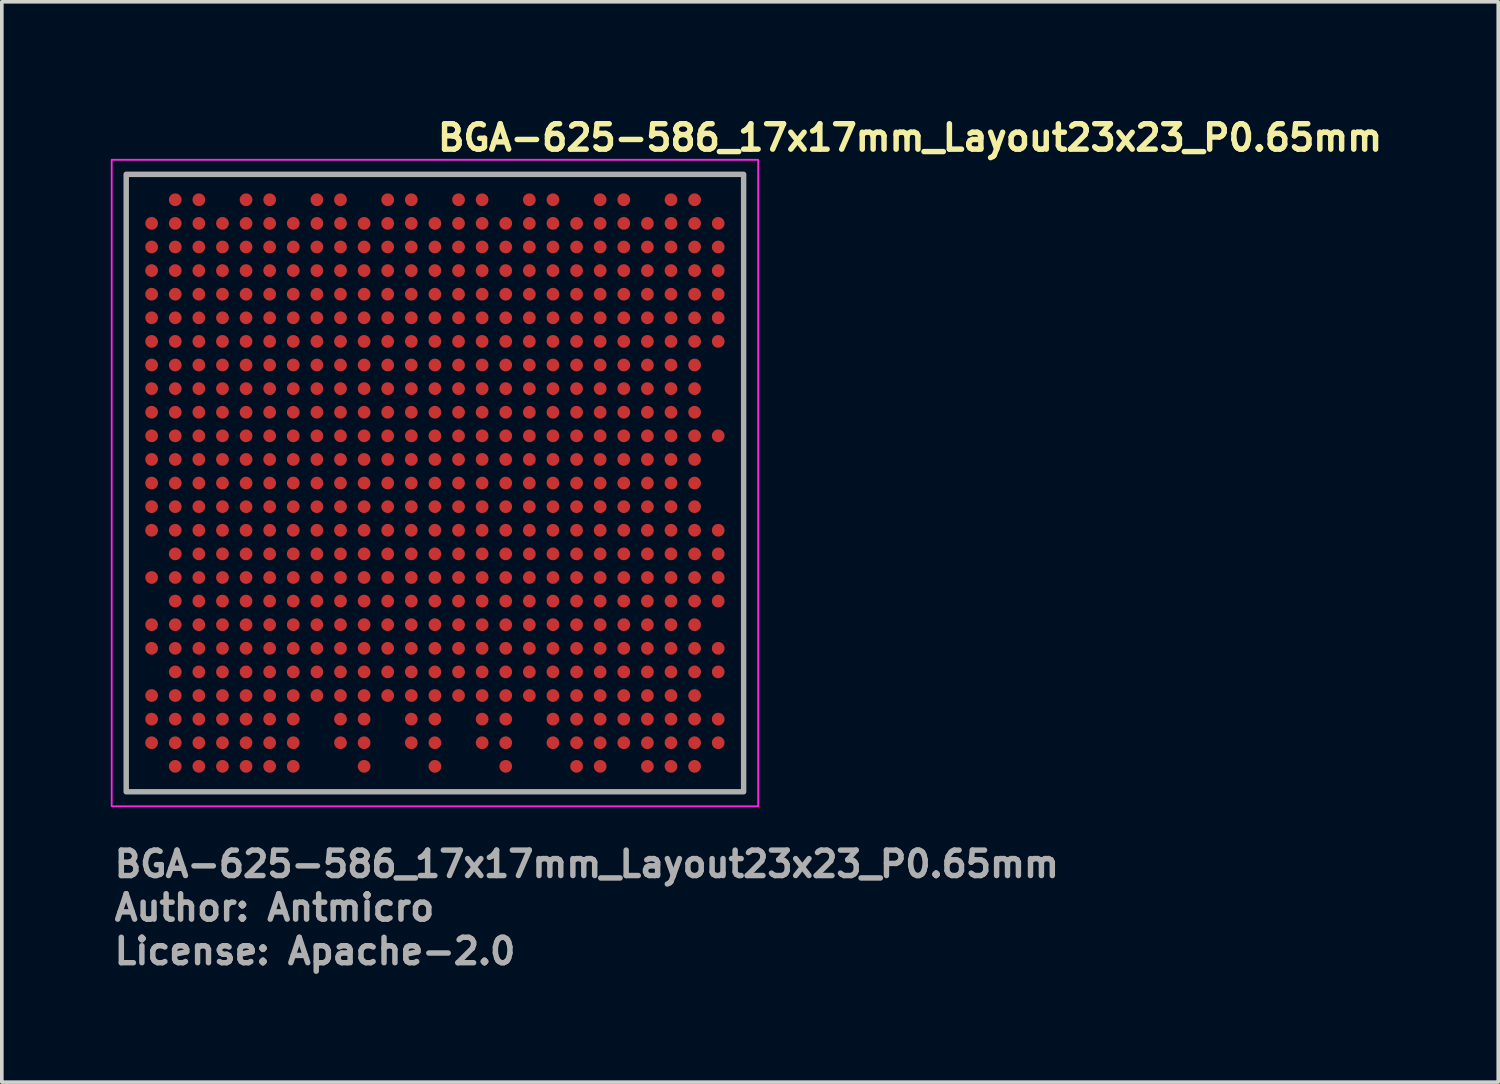
<source format=kicad_pcb>
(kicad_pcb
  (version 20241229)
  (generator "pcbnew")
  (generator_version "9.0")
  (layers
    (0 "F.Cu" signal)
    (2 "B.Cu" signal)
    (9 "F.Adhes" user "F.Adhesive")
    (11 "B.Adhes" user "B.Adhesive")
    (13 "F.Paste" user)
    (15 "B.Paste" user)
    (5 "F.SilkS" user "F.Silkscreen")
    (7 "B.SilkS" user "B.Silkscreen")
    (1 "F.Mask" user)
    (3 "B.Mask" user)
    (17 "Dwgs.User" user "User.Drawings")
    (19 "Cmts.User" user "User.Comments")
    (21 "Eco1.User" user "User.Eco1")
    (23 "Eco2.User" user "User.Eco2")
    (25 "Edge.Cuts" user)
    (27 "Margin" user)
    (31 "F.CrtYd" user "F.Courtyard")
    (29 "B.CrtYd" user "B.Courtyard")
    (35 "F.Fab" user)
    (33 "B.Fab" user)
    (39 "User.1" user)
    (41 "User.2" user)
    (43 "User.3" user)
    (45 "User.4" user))
  (footprint "BGA-625-586_17x17mm_Layout23x23_P0.65mm"
    (layer "F.Cu")
    (at 8.925 10.25)
    (property "Reference" "BGA-625-586_17x17mm_Layout23x23_P0.65mm" (at 0 -9.1 0) (unlocked yes) (layer "F.SilkS") (effects (font (size 0.7 0.7) (thickness 0.15)) (justify left bottom)))
    (attr smd)
    (fp_rect (start -8.9 -8.9) (end 8.9 8.9) (stroke (width 0.05) (type solid)) (fill no) (layer "F.CrtYd"))
    (fp_rect (start -8.5 -8.5) (end 8.5 8.5) (stroke (width 0.15) (type solid)) (fill no) (layer "F.Fab"))
    (fp_rect (start -8.5 -8.5) (end 8.5 8.5) (stroke (width 0.1) (type solid)) (fill no) (layer "User.5"))
    (fp_line (start -8.5 -8.5) (end -8.5 -5.952) (stroke (width 0.02) (type solid)) (layer "User.9"))
    (fp_line (start -8.5 -5.29) (end -8.5 -5.952) (stroke (width 0.02) (type solid)) (layer "User.9"))
    (fp_line (start -8.5 -5.29) (end -8.5 5.29) (stroke (width 0.02) (type solid)) (layer "User.9"))
    (fp_line (start -8.5 5.29) (end -8.5 5.952) (stroke (width 0.02) (type solid)) (layer "User.9"))
    (fp_line (start -8.5 5.29) (end 8.5 5.29) (stroke (width 0.02) (type solid)) (layer "User.9"))
    (fp_line (start -8.5 5.952) (end -8.5 8.5) (stroke (width 0.02) (type solid)) (layer "User.9"))
    (fp_line (start -8.5 5.952) (end 8.5 5.952) (stroke (width 0.02) (type solid)) (layer "User.9"))
    (fp_line (start -8.5 8.5) (end 8.5 8.5) (stroke (width 0.02) (type solid)) (layer "User.9"))
    (fp_line (start 8.5 -8.5) (end -8.5 -8.5) (stroke (width 0.02) (type solid)) (layer "User.9"))
    (fp_line (start 8.5 -5.952) (end -8.5 -5.952) (stroke (width 0.02) (type solid)) (layer "User.9"))
    (fp_line (start 8.5 -5.952) (end 8.5 -8.5) (stroke (width 0.02) (type solid)) (layer "User.9"))
    (fp_line (start 8.5 -5.29) (end -8.5 -5.29) (stroke (width 0.02) (type solid)) (layer "User.9"))
    (fp_line (start 8.5 -5.29) (end 8.5 -5.952) (stroke (width 0.02) (type solid)) (layer "User.9"))
    (fp_line (start 8.5 5.29) (end 8.5 -5.29) (stroke (width 0.02) (type solid)) (layer "User.9"))
    (fp_line (start 8.5 5.29) (end 8.5 5.952) (stroke (width 0.02) (type solid)) (layer "User.9"))
    (fp_line (start 8.5 8.5) (end 8.5 5.952) (stroke (width 0.02) (type solid)) (layer "User.9"))
    (fp_circle (center -7.49 -7.5) (end -6.99 -7.5) (stroke (width 0.02) (type solid)) (fill no) (layer "User.9"))
    (fp_text user "Author: Antmicro" (at -8.9 12.1 0) (layer "F.Fab") (effects (font (size 0.7 0.7) (thickness 0.15)) (justify left bottom)))
    (fp_text user "License: Apache-2.0" (at -8.9 13.3 0) (layer "F.Fab") (effects (font (size 0.7 0.7) (thickness 0.15)) (justify left bottom)))
    (fp_text user "${REFERENCE}" (at -8.9 10.9 0) (unlocked yes) (layer "F.Fab") (effects (font (size 0.7 0.7) (thickness 0.15)) (justify left bottom)))
    (pad "A2" smd circle (at -7.15 -7.8) (size 0.35 0.35) (layers "F.Cu" "F.Mask" "F.Paste"))
    (pad "A3" smd circle (at -6.5 -7.8) (size 0.35 0.35) (layers "F.Cu" "F.Mask" "F.Paste"))
    (pad "A5" smd circle (at -5.2 -7.8) (size 0.35 0.35) (layers "F.Cu" "F.Mask" "F.Paste"))
    (pad "A6" smd circle (at -4.55 -7.8) (size 0.35 0.35) (layers "F.Cu" "F.Mask" "F.Paste"))
    (pad "A8" smd circle (at -3.25 -7.8) (size 0.35 0.35) (layers "F.Cu" "F.Mask" "F.Paste"))
    (pad "A9" smd circle (at -2.6 -7.8) (size 0.35 0.35) (layers "F.Cu" "F.Mask" "F.Paste"))
    (pad "A11" smd circle (at -1.3 -7.8) (size 0.35 0.35) (layers "F.Cu" "F.Mask" "F.Paste"))
    (pad "A12" smd circle (at -0.65 -7.8) (size 0.35 0.35) (layers "F.Cu" "F.Mask" "F.Paste"))
    (pad "A14" smd circle (at 0.65 -7.8) (size 0.35 0.35) (layers "F.Cu" "F.Mask" "F.Paste"))
    (pad "A15" smd circle (at 1.3 -7.8) (size 0.35 0.35) (layers "F.Cu" "F.Mask" "F.Paste"))
    (pad "A17" smd circle (at 2.6 -7.8) (size 0.35 0.35) (layers "F.Cu" "F.Mask" "F.Paste"))
    (pad "A18" smd circle (at 3.25 -7.8) (size 0.35 0.35) (layers "F.Cu" "F.Mask" "F.Paste"))
    (pad "A20" smd circle (at 4.55 -7.8) (size 0.35 0.35) (layers "F.Cu" "F.Mask" "F.Paste"))
    (pad "A21" smd circle (at 5.2 -7.8) (size 0.35 0.35) (layers "F.Cu" "F.Mask" "F.Paste"))
    (pad "A23" smd circle (at 6.5 -7.8) (size 0.35 0.35) (layers "F.Cu" "F.Mask" "F.Paste"))
    (pad "A24" smd circle (at 7.15 -7.8) (size 0.35 0.35) (layers "F.Cu" "F.Mask" "F.Paste"))
    (pad "B1" smd circle (at -7.8 -7.15) (size 0.35 0.35) (layers "F.Cu" "F.Mask" "F.Paste"))
    (pad "B2" smd circle (at -7.15 -7.15) (size 0.35 0.35) (layers "F.Cu" "F.Mask" "F.Paste"))
    (pad "B3" smd circle (at -6.5 -7.15) (size 0.35 0.35) (layers "F.Cu" "F.Mask" "F.Paste"))
    (pad "B4" smd circle (at -5.85 -7.15) (size 0.35 0.35) (layers "F.Cu" "F.Mask" "F.Paste"))
    (pad "B5" smd circle (at -5.2 -7.15) (size 0.35 0.35) (layers "F.Cu" "F.Mask" "F.Paste"))
    (pad "B6" smd circle (at -4.55 -7.15) (size 0.35 0.35) (layers "F.Cu" "F.Mask" "F.Paste"))
    (pad "B7" smd circle (at -3.9 -7.15) (size 0.35 0.35) (layers "F.Cu" "F.Mask" "F.Paste"))
    (pad "B8" smd circle (at -3.25 -7.15) (size 0.35 0.35) (layers "F.Cu" "F.Mask" "F.Paste"))
    (pad "B9" smd circle (at -2.6 -7.15) (size 0.35 0.35) (layers "F.Cu" "F.Mask" "F.Paste"))
    (pad "B10" smd circle (at -1.95 -7.15) (size 0.35 0.35) (layers "F.Cu" "F.Mask" "F.Paste"))
    (pad "B11" smd circle (at -1.3 -7.15) (size 0.35 0.35) (layers "F.Cu" "F.Mask" "F.Paste"))
    (pad "B12" smd circle (at -0.65 -7.15) (size 0.35 0.35) (layers "F.Cu" "F.Mask" "F.Paste"))
    (pad "B13" smd circle (at 0 -7.15) (size 0.35 0.35) (layers "F.Cu" "F.Mask" "F.Paste"))
    (pad "B14" smd circle (at 0.65 -7.15) (size 0.35 0.35) (layers "F.Cu" "F.Mask" "F.Paste"))
    (pad "B15" smd circle (at 1.3 -7.15) (size 0.35 0.35) (layers "F.Cu" "F.Mask" "F.Paste"))
    (pad "B16" smd circle (at 1.95 -7.15) (size 0.35 0.35) (layers "F.Cu" "F.Mask" "F.Paste"))
    (pad "B17" smd circle (at 2.6 -7.15) (size 0.35 0.35) (layers "F.Cu" "F.Mask" "F.Paste"))
    (pad "B18" smd circle (at 3.25 -7.15) (size 0.35 0.35) (layers "F.Cu" "F.Mask" "F.Paste"))
    (pad "B19" smd circle (at 3.9 -7.15) (size 0.35 0.35) (layers "F.Cu" "F.Mask" "F.Paste"))
    (pad "B20" smd circle (at 4.55 -7.15) (size 0.35 0.35) (layers "F.Cu" "F.Mask" "F.Paste"))
    (pad "B21" smd circle (at 5.2 -7.15) (size 0.35 0.35) (layers "F.Cu" "F.Mask" "F.Paste"))
    (pad "B22" smd circle (at 5.85 -7.15) (size 0.35 0.35) (layers "F.Cu" "F.Mask" "F.Paste"))
    (pad "B23" smd circle (at 6.5 -7.15) (size 0.35 0.35) (layers "F.Cu" "F.Mask" "F.Paste"))
    (pad "B24" smd circle (at 7.15 -7.15) (size 0.35 0.35) (layers "F.Cu" "F.Mask" "F.Paste"))
    (pad "B25" smd circle (at 7.8 -7.15) (size 0.35 0.35) (layers "F.Cu" "F.Mask" "F.Paste"))
    (pad "C1" smd circle (at -7.8 -6.5) (size 0.35 0.35) (layers "F.Cu" "F.Mask" "F.Paste"))
    (pad "C2" smd circle (at -7.15 -6.5) (size 0.35 0.35) (layers "F.Cu" "F.Mask" "F.Paste"))
    (pad "C3" smd circle (at -6.5 -6.5) (size 0.35 0.35) (layers "F.Cu" "F.Mask" "F.Paste"))
    (pad "C4" smd circle (at -5.85 -6.5) (size 0.35 0.35) (layers "F.Cu" "F.Mask" "F.Paste"))
    (pad "C5" smd circle (at -5.2 -6.5) (size 0.35 0.35) (layers "F.Cu" "F.Mask" "F.Paste"))
    (pad "C6" smd circle (at -4.55 -6.5) (size 0.35 0.35) (layers "F.Cu" "F.Mask" "F.Paste"))
    (pad "C7" smd circle (at -3.9 -6.5) (size 0.35 0.35) (layers "F.Cu" "F.Mask" "F.Paste"))
    (pad "C8" smd circle (at -3.25 -6.5) (size 0.35 0.35) (layers "F.Cu" "F.Mask" "F.Paste"))
    (pad "C9" smd circle (at -2.6 -6.5) (size 0.35 0.35) (layers "F.Cu" "F.Mask" "F.Paste"))
    (pad "C10" smd circle (at -1.95 -6.5) (size 0.35 0.35) (layers "F.Cu" "F.Mask" "F.Paste"))
    (pad "C11" smd circle (at -1.3 -6.5) (size 0.35 0.35) (layers "F.Cu" "F.Mask" "F.Paste"))
    (pad "C12" smd circle (at -0.65 -6.5) (size 0.35 0.35) (layers "F.Cu" "F.Mask" "F.Paste"))
    (pad "C13" smd circle (at 0 -6.5) (size 0.35 0.35) (layers "F.Cu" "F.Mask" "F.Paste"))
    (pad "C14" smd circle (at 0.65 -6.5) (size 0.35 0.35) (layers "F.Cu" "F.Mask" "F.Paste"))
    (pad "C15" smd circle (at 1.3 -6.5) (size 0.35 0.35) (layers "F.Cu" "F.Mask" "F.Paste"))
    (pad "C16" smd circle (at 1.95 -6.5) (size 0.35 0.35) (layers "F.Cu" "F.Mask" "F.Paste"))
    (pad "C17" smd circle (at 2.6 -6.5) (size 0.35 0.35) (layers "F.Cu" "F.Mask" "F.Paste"))
    (pad "C18" smd circle (at 3.25 -6.5) (size 0.35 0.35) (layers "F.Cu" "F.Mask" "F.Paste"))
    (pad "C19" smd circle (at 3.9 -6.5) (size 0.35 0.35) (layers "F.Cu" "F.Mask" "F.Paste"))
    (pad "C20" smd circle (at 4.55 -6.5) (size 0.35 0.35) (layers "F.Cu" "F.Mask" "F.Paste"))
    (pad "C21" smd circle (at 5.2 -6.5) (size 0.35 0.35) (layers "F.Cu" "F.Mask" "F.Paste"))
    (pad "C22" smd circle (at 5.85 -6.5) (size 0.35 0.35) (layers "F.Cu" "F.Mask" "F.Paste"))
    (pad "C23" smd circle (at 6.5 -6.5) (size 0.35 0.35) (layers "F.Cu" "F.Mask" "F.Paste"))
    (pad "C24" smd circle (at 7.15 -6.5) (size 0.35 0.35) (layers "F.Cu" "F.Mask" "F.Paste"))
    (pad "C25" smd circle (at 7.8 -6.5) (size 0.35 0.35) (layers "F.Cu" "F.Mask" "F.Paste"))
    (pad "D1" smd circle (at -7.8 -5.85) (size 0.35 0.35) (layers "F.Cu" "F.Mask" "F.Paste"))
    (pad "D2" smd circle (at -7.15 -5.85) (size 0.35 0.35) (layers "F.Cu" "F.Mask" "F.Paste"))
    (pad "D3" smd circle (at -6.5 -5.85) (size 0.35 0.35) (layers "F.Cu" "F.Mask" "F.Paste"))
    (pad "D4" smd circle (at -5.85 -5.85) (size 0.35 0.35) (layers "F.Cu" "F.Mask" "F.Paste"))
    (pad "D5" smd circle (at -5.2 -5.85) (size 0.35 0.35) (layers "F.Cu" "F.Mask" "F.Paste"))
    (pad "D6" smd circle (at -4.55 -5.85) (size 0.35 0.35) (layers "F.Cu" "F.Mask" "F.Paste"))
    (pad "D7" smd circle (at -3.9 -5.85) (size 0.35 0.35) (layers "F.Cu" "F.Mask" "F.Paste"))
    (pad "D8" smd circle (at -3.25 -5.85) (size 0.35 0.35) (layers "F.Cu" "F.Mask" "F.Paste"))
    (pad "D9" smd circle (at -2.6 -5.85) (size 0.35 0.35) (layers "F.Cu" "F.Mask" "F.Paste"))
    (pad "D10" smd circle (at -1.95 -5.85) (size 0.35 0.35) (layers "F.Cu" "F.Mask" "F.Paste"))
    (pad "D11" smd circle (at -1.3 -5.85) (size 0.35 0.35) (layers "F.Cu" "F.Mask" "F.Paste"))
    (pad "D12" smd circle (at -0.65 -5.85) (size 0.35 0.35) (layers "F.Cu" "F.Mask" "F.Paste"))
    (pad "D13" smd circle (at 0 -5.85) (size 0.35 0.35) (layers "F.Cu" "F.Mask" "F.Paste"))
    (pad "D14" smd circle (at 0.65 -5.85) (size 0.35 0.35) (layers "F.Cu" "F.Mask" "F.Paste"))
    (pad "D15" smd circle (at 1.3 -5.85) (size 0.35 0.35) (layers "F.Cu" "F.Mask" "F.Paste"))
    (pad "D16" smd circle (at 1.95 -5.85) (size 0.35 0.35) (layers "F.Cu" "F.Mask" "F.Paste"))
    (pad "D17" smd circle (at 2.6 -5.85) (size 0.35 0.35) (layers "F.Cu" "F.Mask" "F.Paste"))
    (pad "D18" smd circle (at 3.25 -5.85) (size 0.35 0.35) (layers "F.Cu" "F.Mask" "F.Paste"))
    (pad "D19" smd circle (at 3.9 -5.85) (size 0.35 0.35) (layers "F.Cu" "F.Mask" "F.Paste"))
    (pad "D20" smd circle (at 4.55 -5.85) (size 0.35 0.35) (layers "F.Cu" "F.Mask" "F.Paste"))
    (pad "D21" smd circle (at 5.2 -5.85) (size 0.35 0.35) (layers "F.Cu" "F.Mask" "F.Paste"))
    (pad "D22" smd circle (at 5.85 -5.85) (size 0.35 0.35) (layers "F.Cu" "F.Mask" "F.Paste"))
    (pad "D23" smd circle (at 6.5 -5.85) (size 0.35 0.35) (layers "F.Cu" "F.Mask" "F.Paste"))
    (pad "D24" smd circle (at 7.15 -5.85) (size 0.35 0.35) (layers "F.Cu" "F.Mask" "F.Paste"))
    (pad "D25" smd circle (at 7.8 -5.85) (size 0.35 0.35) (layers "F.Cu" "F.Mask" "F.Paste"))
    (pad "E1" smd circle (at -7.8 -5.2) (size 0.35 0.35) (layers "F.Cu" "F.Mask" "F.Paste"))
    (pad "E2" smd circle (at -7.15 -5.2) (size 0.35 0.35) (layers "F.Cu" "F.Mask" "F.Paste"))
    (pad "E3" smd circle (at -6.5 -5.2) (size 0.35 0.35) (layers "F.Cu" "F.Mask" "F.Paste"))
    (pad "E4" smd circle (at -5.85 -5.2) (size 0.35 0.35) (layers "F.Cu" "F.Mask" "F.Paste"))
    (pad "E5" smd circle (at -5.2 -5.2) (size 0.35 0.35) (layers "F.Cu" "F.Mask" "F.Paste"))
    (pad "E6" smd circle (at -4.55 -5.2) (size 0.35 0.35) (layers "F.Cu" "F.Mask" "F.Paste"))
    (pad "E7" smd circle (at -3.9 -5.2) (size 0.35 0.35) (layers "F.Cu" "F.Mask" "F.Paste"))
    (pad "E8" smd circle (at -3.25 -5.2) (size 0.35 0.35) (layers "F.Cu" "F.Mask" "F.Paste"))
    (pad "E9" smd circle (at -2.6 -5.2) (size 0.35 0.35) (layers "F.Cu" "F.Mask" "F.Paste"))
    (pad "E10" smd circle (at -1.95 -5.2) (size 0.35 0.35) (layers "F.Cu" "F.Mask" "F.Paste"))
    (pad "E11" smd circle (at -1.3 -5.2) (size 0.35 0.35) (layers "F.Cu" "F.Mask" "F.Paste"))
    (pad "E12" smd circle (at -0.65 -5.2) (size 0.35 0.35) (layers "F.Cu" "F.Mask" "F.Paste"))
    (pad "E13" smd circle (at 0 -5.2) (size 0.35 0.35) (layers "F.Cu" "F.Mask" "F.Paste"))
    (pad "E14" smd circle (at 0.65 -5.2) (size 0.35 0.35) (layers "F.Cu" "F.Mask" "F.Paste"))
    (pad "E15" smd circle (at 1.3 -5.2) (size 0.35 0.35) (layers "F.Cu" "F.Mask" "F.Paste"))
    (pad "E16" smd circle (at 1.95 -5.2) (size 0.35 0.35) (layers "F.Cu" "F.Mask" "F.Paste"))
    (pad "E17" smd circle (at 2.6 -5.2) (size 0.35 0.35) (layers "F.Cu" "F.Mask" "F.Paste"))
    (pad "E18" smd circle (at 3.25 -5.2) (size 0.35 0.35) (layers "F.Cu" "F.Mask" "F.Paste"))
    (pad "E19" smd circle (at 3.9 -5.2) (size 0.35 0.35) (layers "F.Cu" "F.Mask" "F.Paste"))
    (pad "E20" smd circle (at 4.55 -5.2) (size 0.35 0.35) (layers "F.Cu" "F.Mask" "F.Paste"))
    (pad "E21" smd circle (at 5.2 -5.2) (size 0.35 0.35) (layers "F.Cu" "F.Mask" "F.Paste"))
    (pad "E22" smd circle (at 5.85 -5.2) (size 0.35 0.35) (layers "F.Cu" "F.Mask" "F.Paste"))
    (pad "E23" smd circle (at 6.5 -5.2) (size 0.35 0.35) (layers "F.Cu" "F.Mask" "F.Paste"))
    (pad "E24" smd circle (at 7.15 -5.2) (size 0.35 0.35) (layers "F.Cu" "F.Mask" "F.Paste"))
    (pad "E25" smd circle (at 7.8 -5.2) (size 0.35 0.35) (layers "F.Cu" "F.Mask" "F.Paste"))
    (pad "F1" smd circle (at -7.8 -4.55) (size 0.35 0.35) (layers "F.Cu" "F.Mask" "F.Paste"))
    (pad "F2" smd circle (at -7.15 -4.55) (size 0.35 0.35) (layers "F.Cu" "F.Mask" "F.Paste"))
    (pad "F3" smd circle (at -6.5 -4.55) (size 0.35 0.35) (layers "F.Cu" "F.Mask" "F.Paste"))
    (pad "F4" smd circle (at -5.85 -4.55) (size 0.35 0.35) (layers "F.Cu" "F.Mask" "F.Paste"))
    (pad "F5" smd circle (at -5.2 -4.55) (size 0.35 0.35) (layers "F.Cu" "F.Mask" "F.Paste"))
    (pad "F6" smd circle (at -4.55 -4.55) (size 0.35 0.35) (layers "F.Cu" "F.Mask" "F.Paste"))
    (pad "F7" smd circle (at -3.9 -4.55) (size 0.35 0.35) (layers "F.Cu" "F.Mask" "F.Paste"))
    (pad "F8" smd circle (at -3.25 -4.55) (size 0.35 0.35) (layers "F.Cu" "F.Mask" "F.Paste"))
    (pad "F9" smd circle (at -2.6 -4.55) (size 0.35 0.35) (layers "F.Cu" "F.Mask" "F.Paste"))
    (pad "F10" smd circle (at -1.95 -4.55) (size 0.35 0.35) (layers "F.Cu" "F.Mask" "F.Paste"))
    (pad "F11" smd circle (at -1.3 -4.55) (size 0.35 0.35) (layers "F.Cu" "F.Mask" "F.Paste"))
    (pad "F12" smd circle (at -0.65 -4.55) (size 0.35 0.35) (layers "F.Cu" "F.Mask" "F.Paste"))
    (pad "F13" smd circle (at 0 -4.55) (size 0.35 0.35) (layers "F.Cu" "F.Mask" "F.Paste"))
    (pad "F14" smd circle (at 0.65 -4.55) (size 0.35 0.35) (layers "F.Cu" "F.Mask" "F.Paste"))
    (pad "F15" smd circle (at 1.3 -4.55) (size 0.35 0.35) (layers "F.Cu" "F.Mask" "F.Paste"))
    (pad "F16" smd circle (at 1.95 -4.55) (size 0.35 0.35) (layers "F.Cu" "F.Mask" "F.Paste"))
    (pad "F17" smd circle (at 2.6 -4.55) (size 0.35 0.35) (layers "F.Cu" "F.Mask" "F.Paste"))
    (pad "F18" smd circle (at 3.25 -4.55) (size 0.35 0.35) (layers "F.Cu" "F.Mask" "F.Paste"))
    (pad "F19" smd circle (at 3.9 -4.55) (size 0.35 0.35) (layers "F.Cu" "F.Mask" "F.Paste"))
    (pad "F20" smd circle (at 4.55 -4.55) (size 0.35 0.35) (layers "F.Cu" "F.Mask" "F.Paste"))
    (pad "F21" smd circle (at 5.2 -4.55) (size 0.35 0.35) (layers "F.Cu" "F.Mask" "F.Paste"))
    (pad "F22" smd circle (at 5.85 -4.55) (size 0.35 0.35) (layers "F.Cu" "F.Mask" "F.Paste"))
    (pad "F23" smd circle (at 6.5 -4.55) (size 0.35 0.35) (layers "F.Cu" "F.Mask" "F.Paste"))
    (pad "F24" smd circle (at 7.15 -4.55) (size 0.35 0.35) (layers "F.Cu" "F.Mask" "F.Paste"))
    (pad "F25" smd circle (at 7.8 -4.55) (size 0.35 0.35) (layers "F.Cu" "F.Mask" "F.Paste"))
    (pad "G1" smd circle (at -7.8 -3.9) (size 0.35 0.35) (layers "F.Cu" "F.Mask" "F.Paste"))
    (pad "G2" smd circle (at -7.15 -3.9) (size 0.35 0.35) (layers "F.Cu" "F.Mask" "F.Paste"))
    (pad "G3" smd circle (at -6.5 -3.9) (size 0.35 0.35) (layers "F.Cu" "F.Mask" "F.Paste"))
    (pad "G4" smd circle (at -5.85 -3.9) (size 0.35 0.35) (layers "F.Cu" "F.Mask" "F.Paste"))
    (pad "G5" smd circle (at -5.2 -3.9) (size 0.35 0.35) (layers "F.Cu" "F.Mask" "F.Paste"))
    (pad "G6" smd circle (at -4.55 -3.9) (size 0.35 0.35) (layers "F.Cu" "F.Mask" "F.Paste"))
    (pad "G7" smd circle (at -3.9 -3.9) (size 0.35 0.35) (layers "F.Cu" "F.Mask" "F.Paste"))
    (pad "G8" smd circle (at -3.25 -3.9) (size 0.35 0.35) (layers "F.Cu" "F.Mask" "F.Paste"))
    (pad "G9" smd circle (at -2.6 -3.9) (size 0.35 0.35) (layers "F.Cu" "F.Mask" "F.Paste"))
    (pad "G10" smd circle (at -1.95 -3.9) (size 0.35 0.35) (layers "F.Cu" "F.Mask" "F.Paste"))
    (pad "G11" smd circle (at -1.3 -3.9) (size 0.35 0.35) (layers "F.Cu" "F.Mask" "F.Paste"))
    (pad "G12" smd circle (at -0.65 -3.9) (size 0.35 0.35) (layers "F.Cu" "F.Mask" "F.Paste"))
    (pad "G13" smd circle (at 0 -3.9) (size 0.35 0.35) (layers "F.Cu" "F.Mask" "F.Paste"))
    (pad "G14" smd circle (at 0.65 -3.9) (size 0.35 0.35) (layers "F.Cu" "F.Mask" "F.Paste"))
    (pad "G15" smd circle (at 1.3 -3.9) (size 0.35 0.35) (layers "F.Cu" "F.Mask" "F.Paste"))
    (pad "G16" smd circle (at 1.95 -3.9) (size 0.35 0.35) (layers "F.Cu" "F.Mask" "F.Paste"))
    (pad "G17" smd circle (at 2.6 -3.9) (size 0.35 0.35) (layers "F.Cu" "F.Mask" "F.Paste"))
    (pad "G18" smd circle (at 3.25 -3.9) (size 0.35 0.35) (layers "F.Cu" "F.Mask" "F.Paste"))
    (pad "G19" smd circle (at 3.9 -3.9) (size 0.35 0.35) (layers "F.Cu" "F.Mask" "F.Paste"))
    (pad "G20" smd circle (at 4.55 -3.9) (size 0.35 0.35) (layers "F.Cu" "F.Mask" "F.Paste"))
    (pad "G21" smd circle (at 5.2 -3.9) (size 0.35 0.35) (layers "F.Cu" "F.Mask" "F.Paste"))
    (pad "G22" smd circle (at 5.85 -3.9) (size 0.35 0.35) (layers "F.Cu" "F.Mask" "F.Paste"))
    (pad "G23" smd circle (at 6.5 -3.9) (size 0.35 0.35) (layers "F.Cu" "F.Mask" "F.Paste"))
    (pad "G24" smd circle (at 7.15 -3.9) (size 0.35 0.35) (layers "F.Cu" "F.Mask" "F.Paste"))
    (pad "G25" smd circle (at 7.8 -3.9) (size 0.35 0.35) (layers "F.Cu" "F.Mask" "F.Paste"))
    (pad "H1" smd circle (at -7.8 -3.25) (size 0.35 0.35) (layers "F.Cu" "F.Mask" "F.Paste"))
    (pad "H2" smd circle (at -7.15 -3.25) (size 0.35 0.35) (layers "F.Cu" "F.Mask" "F.Paste"))
    (pad "H3" smd circle (at -6.5 -3.25) (size 0.35 0.35) (layers "F.Cu" "F.Mask" "F.Paste"))
    (pad "H4" smd circle (at -5.85 -3.25) (size 0.35 0.35) (layers "F.Cu" "F.Mask" "F.Paste"))
    (pad "H5" smd circle (at -5.2 -3.25) (size 0.35 0.35) (layers "F.Cu" "F.Mask" "F.Paste"))
    (pad "H6" smd circle (at -4.55 -3.25) (size 0.35 0.35) (layers "F.Cu" "F.Mask" "F.Paste"))
    (pad "H7" smd circle (at -3.9 -3.25) (size 0.35 0.35) (layers "F.Cu" "F.Mask" "F.Paste"))
    (pad "H8" smd circle (at -3.25 -3.25) (size 0.35 0.35) (layers "F.Cu" "F.Mask" "F.Paste"))
    (pad "H9" smd circle (at -2.6 -3.25) (size 0.35 0.35) (layers "F.Cu" "F.Mask" "F.Paste"))
    (pad "H10" smd circle (at -1.95 -3.25) (size 0.35 0.35) (layers "F.Cu" "F.Mask" "F.Paste"))
    (pad "H11" smd circle (at -1.3 -3.25) (size 0.35 0.35) (layers "F.Cu" "F.Mask" "F.Paste"))
    (pad "H12" smd circle (at -0.65 -3.25) (size 0.35 0.35) (layers "F.Cu" "F.Mask" "F.Paste"))
    (pad "H13" smd circle (at 0 -3.25) (size 0.35 0.35) (layers "F.Cu" "F.Mask" "F.Paste"))
    (pad "H14" smd circle (at 0.65 -3.25) (size 0.35 0.35) (layers "F.Cu" "F.Mask" "F.Paste"))
    (pad "H15" smd circle (at 1.3 -3.25) (size 0.35 0.35) (layers "F.Cu" "F.Mask" "F.Paste"))
    (pad "H16" smd circle (at 1.95 -3.25) (size 0.35 0.35) (layers "F.Cu" "F.Mask" "F.Paste"))
    (pad "H17" smd circle (at 2.6 -3.25) (size 0.35 0.35) (layers "F.Cu" "F.Mask" "F.Paste"))
    (pad "H18" smd circle (at 3.25 -3.25) (size 0.35 0.35) (layers "F.Cu" "F.Mask" "F.Paste"))
    (pad "H19" smd circle (at 3.9 -3.25) (size 0.35 0.35) (layers "F.Cu" "F.Mask" "F.Paste"))
    (pad "H20" smd circle (at 4.55 -3.25) (size 0.35 0.35) (layers "F.Cu" "F.Mask" "F.Paste"))
    (pad "H21" smd circle (at 5.2 -3.25) (size 0.35 0.35) (layers "F.Cu" "F.Mask" "F.Paste"))
    (pad "H22" smd circle (at 5.85 -3.25) (size 0.35 0.35) (layers "F.Cu" "F.Mask" "F.Paste"))
    (pad "H23" smd circle (at 6.5 -3.25) (size 0.35 0.35) (layers "F.Cu" "F.Mask" "F.Paste"))
    (pad "H24" smd circle (at 7.15 -3.25) (size 0.35 0.35) (layers "F.Cu" "F.Mask" "F.Paste"))
    (pad "I1" smd circle (at -7.8 -2.6) (size 0.35 0.35) (layers "F.Cu" "F.Mask" "F.Paste"))
    (pad "I2" smd circle (at -7.15 -2.6) (size 0.35 0.35) (layers "F.Cu" "F.Mask" "F.Paste"))
    (pad "I3" smd circle (at -6.5 -2.6) (size 0.35 0.35) (layers "F.Cu" "F.Mask" "F.Paste"))
    (pad "I4" smd circle (at -5.85 -2.6) (size 0.35 0.35) (layers "F.Cu" "F.Mask" "F.Paste"))
    (pad "I5" smd circle (at -5.2 -2.6) (size 0.35 0.35) (layers "F.Cu" "F.Mask" "F.Paste"))
    (pad "I6" smd circle (at -4.55 -2.6) (size 0.35 0.35) (layers "F.Cu" "F.Mask" "F.Paste"))
    (pad "I7" smd circle (at -3.9 -2.6) (size 0.35 0.35) (layers "F.Cu" "F.Mask" "F.Paste"))
    (pad "I8" smd circle (at -3.25 -2.6) (size 0.35 0.35) (layers "F.Cu" "F.Mask" "F.Paste"))
    (pad "I9" smd circle (at -2.6 -2.6) (size 0.35 0.35) (layers "F.Cu" "F.Mask" "F.Paste"))
    (pad "I10" smd circle (at -1.95 -2.6) (size 0.35 0.35) (layers "F.Cu" "F.Mask" "F.Paste"))
    (pad "I11" smd circle (at -1.3 -2.6) (size 0.35 0.35) (layers "F.Cu" "F.Mask" "F.Paste"))
    (pad "I12" smd circle (at -0.65 -2.6) (size 0.35 0.35) (layers "F.Cu" "F.Mask" "F.Paste"))
    (pad "I13" smd circle (at 0 -2.6) (size 0.35 0.35) (layers "F.Cu" "F.Mask" "F.Paste"))
    (pad "I14" smd circle (at 0.65 -2.6) (size 0.35 0.35) (layers "F.Cu" "F.Mask" "F.Paste"))
    (pad "I15" smd circle (at 1.3 -2.6) (size 0.35 0.35) (layers "F.Cu" "F.Mask" "F.Paste"))
    (pad "I16" smd circle (at 1.95 -2.6) (size 0.35 0.35) (layers "F.Cu" "F.Mask" "F.Paste"))
    (pad "I17" smd circle (at 2.6 -2.6) (size 0.35 0.35) (layers "F.Cu" "F.Mask" "F.Paste"))
    (pad "I18" smd circle (at 3.25 -2.6) (size 0.35 0.35) (layers "F.Cu" "F.Mask" "F.Paste"))
    (pad "I19" smd circle (at 3.9 -2.6) (size 0.35 0.35) (layers "F.Cu" "F.Mask" "F.Paste"))
    (pad "I20" smd circle (at 4.55 -2.6) (size 0.35 0.35) (layers "F.Cu" "F.Mask" "F.Paste"))
    (pad "I21" smd circle (at 5.2 -2.6) (size 0.35 0.35) (layers "F.Cu" "F.Mask" "F.Paste"))
    (pad "I22" smd circle (at 5.85 -2.6) (size 0.35 0.35) (layers "F.Cu" "F.Mask" "F.Paste"))
    (pad "I23" smd circle (at 6.5 -2.6) (size 0.35 0.35) (layers "F.Cu" "F.Mask" "F.Paste"))
    (pad "I24" smd circle (at 7.15 -2.6) (size 0.35 0.35) (layers "F.Cu" "F.Mask" "F.Paste"))
    (pad "J1" smd circle (at -7.8 -1.95) (size 0.35 0.35) (layers "F.Cu" "F.Mask" "F.Paste"))
    (pad "J2" smd circle (at -7.15 -1.95) (size 0.35 0.35) (layers "F.Cu" "F.Mask" "F.Paste"))
    (pad "J3" smd circle (at -6.5 -1.95) (size 0.35 0.35) (layers "F.Cu" "F.Mask" "F.Paste"))
    (pad "J4" smd circle (at -5.85 -1.95) (size 0.35 0.35) (layers "F.Cu" "F.Mask" "F.Paste"))
    (pad "J5" smd circle (at -5.2 -1.95) (size 0.35 0.35) (layers "F.Cu" "F.Mask" "F.Paste"))
    (pad "J6" smd circle (at -4.55 -1.95) (size 0.35 0.35) (layers "F.Cu" "F.Mask" "F.Paste"))
    (pad "J7" smd circle (at -3.9 -1.95) (size 0.35 0.35) (layers "F.Cu" "F.Mask" "F.Paste"))
    (pad "J8" smd circle (at -3.25 -1.95) (size 0.35 0.35) (layers "F.Cu" "F.Mask" "F.Paste"))
    (pad "J9" smd circle (at -2.6 -1.95) (size 0.35 0.35) (layers "F.Cu" "F.Mask" "F.Paste"))
    (pad "J10" smd circle (at -1.95 -1.95) (size 0.35 0.35) (layers "F.Cu" "F.Mask" "F.Paste"))
    (pad "J11" smd circle (at -1.3 -1.95) (size 0.35 0.35) (layers "F.Cu" "F.Mask" "F.Paste"))
    (pad "J12" smd circle (at -0.65 -1.95) (size 0.35 0.35) (layers "F.Cu" "F.Mask" "F.Paste"))
    (pad "J13" smd circle (at 0 -1.95) (size 0.35 0.35) (layers "F.Cu" "F.Mask" "F.Paste"))
    (pad "J14" smd circle (at 0.65 -1.95) (size 0.35 0.35) (layers "F.Cu" "F.Mask" "F.Paste"))
    (pad "J15" smd circle (at 1.3 -1.95) (size 0.35 0.35) (layers "F.Cu" "F.Mask" "F.Paste"))
    (pad "J16" smd circle (at 1.95 -1.95) (size 0.35 0.35) (layers "F.Cu" "F.Mask" "F.Paste"))
    (pad "J17" smd circle (at 2.6 -1.95) (size 0.35 0.35) (layers "F.Cu" "F.Mask" "F.Paste"))
    (pad "J18" smd circle (at 3.25 -1.95) (size 0.35 0.35) (layers "F.Cu" "F.Mask" "F.Paste"))
    (pad "J19" smd circle (at 3.9 -1.95) (size 0.35 0.35) (layers "F.Cu" "F.Mask" "F.Paste"))
    (pad "J20" smd circle (at 4.55 -1.95) (size 0.35 0.35) (layers "F.Cu" "F.Mask" "F.Paste"))
    (pad "J21" smd circle (at 5.2 -1.95) (size 0.35 0.35) (layers "F.Cu" "F.Mask" "F.Paste"))
    (pad "J22" smd circle (at 5.85 -1.95) (size 0.35 0.35) (layers "F.Cu" "F.Mask" "F.Paste"))
    (pad "J23" smd circle (at 6.5 -1.95) (size 0.35 0.35) (layers "F.Cu" "F.Mask" "F.Paste"))
    (pad "J24" smd circle (at 7.15 -1.95) (size 0.35 0.35) (layers "F.Cu" "F.Mask" "F.Paste"))
    (pad "K1" smd circle (at -7.8 -1.3) (size 0.35 0.35) (layers "F.Cu" "F.Mask" "F.Paste"))
    (pad "K2" smd circle (at -7.15 -1.3) (size 0.35 0.35) (layers "F.Cu" "F.Mask" "F.Paste"))
    (pad "K3" smd circle (at -6.5 -1.3) (size 0.35 0.35) (layers "F.Cu" "F.Mask" "F.Paste"))
    (pad "K4" smd circle (at -5.85 -1.3) (size 0.35 0.35) (layers "F.Cu" "F.Mask" "F.Paste"))
    (pad "K5" smd circle (at -5.2 -1.3) (size 0.35 0.35) (layers "F.Cu" "F.Mask" "F.Paste"))
    (pad "K6" smd circle (at -4.55 -1.3) (size 0.35 0.35) (layers "F.Cu" "F.Mask" "F.Paste"))
    (pad "K7" smd circle (at -3.9 -1.3) (size 0.35 0.35) (layers "F.Cu" "F.Mask" "F.Paste"))
    (pad "K8" smd circle (at -3.25 -1.3) (size 0.35 0.35) (layers "F.Cu" "F.Mask" "F.Paste"))
    (pad "K9" smd circle (at -2.6 -1.3) (size 0.35 0.35) (layers "F.Cu" "F.Mask" "F.Paste"))
    (pad "K10" smd circle (at -1.95 -1.3) (size 0.35 0.35) (layers "F.Cu" "F.Mask" "F.Paste"))
    (pad "K11" smd circle (at -1.3 -1.3) (size 0.35 0.35) (layers "F.Cu" "F.Mask" "F.Paste"))
    (pad "K12" smd circle (at -0.65 -1.3) (size 0.35 0.35) (layers "F.Cu" "F.Mask" "F.Paste"))
    (pad "K13" smd circle (at 0 -1.3) (size 0.35 0.35) (layers "F.Cu" "F.Mask" "F.Paste"))
    (pad "K14" smd circle (at 0.65 -1.3) (size 0.35 0.35) (layers "F.Cu" "F.Mask" "F.Paste"))
    (pad "K15" smd circle (at 1.3 -1.3) (size 0.35 0.35) (layers "F.Cu" "F.Mask" "F.Paste"))
    (pad "K16" smd circle (at 1.95 -1.3) (size 0.35 0.35) (layers "F.Cu" "F.Mask" "F.Paste"))
    (pad "K17" smd circle (at 2.6 -1.3) (size 0.35 0.35) (layers "F.Cu" "F.Mask" "F.Paste"))
    (pad "K18" smd circle (at 3.25 -1.3) (size 0.35 0.35) (layers "F.Cu" "F.Mask" "F.Paste"))
    (pad "K19" smd circle (at 3.9 -1.3) (size 0.35 0.35) (layers "F.Cu" "F.Mask" "F.Paste"))
    (pad "K20" smd circle (at 4.55 -1.3) (size 0.35 0.35) (layers "F.Cu" "F.Mask" "F.Paste"))
    (pad "K21" smd circle (at 5.2 -1.3) (size 0.35 0.35) (layers "F.Cu" "F.Mask" "F.Paste"))
    (pad "K22" smd circle (at 5.85 -1.3) (size 0.35 0.35) (layers "F.Cu" "F.Mask" "F.Paste"))
    (pad "K23" smd circle (at 6.5 -1.3) (size 0.35 0.35) (layers "F.Cu" "F.Mask" "F.Paste"))
    (pad "K24" smd circle (at 7.15 -1.3) (size 0.35 0.35) (layers "F.Cu" "F.Mask" "F.Paste"))
    (pad "K25" smd circle (at 7.8 -1.3) (size 0.35 0.35) (layers "F.Cu" "F.Mask" "F.Paste"))
    (pad "L1" smd circle (at -7.8 -0.65) (size 0.35 0.35) (layers "F.Cu" "F.Mask" "F.Paste"))
    (pad "L2" smd circle (at -7.15 -0.65) (size 0.35 0.35) (layers "F.Cu" "F.Mask" "F.Paste"))
    (pad "L3" smd circle (at -6.5 -0.65) (size 0.35 0.35) (layers "F.Cu" "F.Mask" "F.Paste"))
    (pad "L4" smd circle (at -5.85 -0.65) (size 0.35 0.35) (layers "F.Cu" "F.Mask" "F.Paste"))
    (pad "L5" smd circle (at -5.2 -0.65) (size 0.35 0.35) (layers "F.Cu" "F.Mask" "F.Paste"))
    (pad "L6" smd circle (at -4.55 -0.65) (size 0.35 0.35) (layers "F.Cu" "F.Mask" "F.Paste"))
    (pad "L7" smd circle (at -3.9 -0.65) (size 0.35 0.35) (layers "F.Cu" "F.Mask" "F.Paste"))
    (pad "L8" smd circle (at -3.25 -0.65) (size 0.35 0.35) (layers "F.Cu" "F.Mask" "F.Paste"))
    (pad "L9" smd circle (at -2.6 -0.65) (size 0.35 0.35) (layers "F.Cu" "F.Mask" "F.Paste"))
    (pad "L10" smd circle (at -1.95 -0.65) (size 0.35 0.35) (layers "F.Cu" "F.Mask" "F.Paste"))
    (pad "L11" smd circle (at -1.3 -0.65) (size 0.35 0.35) (layers "F.Cu" "F.Mask" "F.Paste"))
    (pad "L12" smd circle (at -0.65 -0.65) (size 0.35 0.35) (layers "F.Cu" "F.Mask" "F.Paste"))
    (pad "L13" smd circle (at 0 -0.65) (size 0.35 0.35) (layers "F.Cu" "F.Mask" "F.Paste"))
    (pad "L14" smd circle (at 0.65 -0.65) (size 0.35 0.35) (layers "F.Cu" "F.Mask" "F.Paste"))
    (pad "L15" smd circle (at 1.3 -0.65) (size 0.35 0.35) (layers "F.Cu" "F.Mask" "F.Paste"))
    (pad "L16" smd circle (at 1.95 -0.65) (size 0.35 0.35) (layers "F.Cu" "F.Mask" "F.Paste"))
    (pad "L17" smd circle (at 2.6 -0.65) (size 0.35 0.35) (layers "F.Cu" "F.Mask" "F.Paste"))
    (pad "L18" smd circle (at 3.25 -0.65) (size 0.35 0.35) (layers "F.Cu" "F.Mask" "F.Paste"))
    (pad "L19" smd circle (at 3.9 -0.65) (size 0.35 0.35) (layers "F.Cu" "F.Mask" "F.Paste"))
    (pad "L20" smd circle (at 4.55 -0.65) (size 0.35 0.35) (layers "F.Cu" "F.Mask" "F.Paste"))
    (pad "L21" smd circle (at 5.2 -0.65) (size 0.35 0.35) (layers "F.Cu" "F.Mask" "F.Paste"))
    (pad "L22" smd circle (at 5.85 -0.65) (size 0.35 0.35) (layers "F.Cu" "F.Mask" "F.Paste"))
    (pad "L23" smd circle (at 6.5 -0.65) (size 0.35 0.35) (layers "F.Cu" "F.Mask" "F.Paste"))
    (pad "L24" smd circle (at 7.15 -0.65) (size 0.35 0.35) (layers "F.Cu" "F.Mask" "F.Paste"))
    (pad "M1" smd circle (at -7.8 0) (size 0.35 0.35) (layers "F.Cu" "F.Mask" "F.Paste"))
    (pad "M2" smd circle (at -7.15 0) (size 0.35 0.35) (layers "F.Cu" "F.Mask" "F.Paste"))
    (pad "M3" smd circle (at -6.5 0) (size 0.35 0.35) (layers "F.Cu" "F.Mask" "F.Paste"))
    (pad "M4" smd circle (at -5.85 0) (size 0.35 0.35) (layers "F.Cu" "F.Mask" "F.Paste"))
    (pad "M5" smd circle (at -5.2 0) (size 0.35 0.35) (layers "F.Cu" "F.Mask" "F.Paste"))
    (pad "M6" smd circle (at -4.55 0) (size 0.35 0.35) (layers "F.Cu" "F.Mask" "F.Paste"))
    (pad "M7" smd circle (at -3.9 0) (size 0.35 0.35) (layers "F.Cu" "F.Mask" "F.Paste"))
    (pad "M8" smd circle (at -3.25 0) (size 0.35 0.35) (layers "F.Cu" "F.Mask" "F.Paste"))
    (pad "M9" smd circle (at -2.6 0) (size 0.35 0.35) (layers "F.Cu" "F.Mask" "F.Paste"))
    (pad "M10" smd circle (at -1.95 0) (size 0.35 0.35) (layers "F.Cu" "F.Mask" "F.Paste"))
    (pad "M11" smd circle (at -1.3 0) (size 0.35 0.35) (layers "F.Cu" "F.Mask" "F.Paste"))
    (pad "M12" smd circle (at -0.65 0) (size 0.35 0.35) (layers "F.Cu" "F.Mask" "F.Paste"))
    (pad "M13" smd circle (at 0 0) (size 0.35 0.35) (layers "F.Cu" "F.Mask" "F.Paste"))
    (pad "M14" smd circle (at 0.65 0) (size 0.35 0.35) (layers "F.Cu" "F.Mask" "F.Paste"))
    (pad "M15" smd circle (at 1.3 0) (size 0.35 0.35) (layers "F.Cu" "F.Mask" "F.Paste"))
    (pad "M16" smd circle (at 1.95 0) (size 0.35 0.35) (layers "F.Cu" "F.Mask" "F.Paste"))
    (pad "M17" smd circle (at 2.6 0) (size 0.35 0.35) (layers "F.Cu" "F.Mask" "F.Paste"))
    (pad "M18" smd circle (at 3.25 0) (size 0.35 0.35) (layers "F.Cu" "F.Mask" "F.Paste"))
    (pad "M19" smd circle (at 3.9 0) (size 0.35 0.35) (layers "F.Cu" "F.Mask" "F.Paste"))
    (pad "M20" smd circle (at 4.55 0) (size 0.35 0.35) (layers "F.Cu" "F.Mask" "F.Paste"))
    (pad "M21" smd circle (at 5.2 0) (size 0.35 0.35) (layers "F.Cu" "F.Mask" "F.Paste"))
    (pad "M22" smd circle (at 5.85 0) (size 0.35 0.35) (layers "F.Cu" "F.Mask" "F.Paste"))
    (pad "M23" smd circle (at 6.5 0) (size 0.35 0.35) (layers "F.Cu" "F.Mask" "F.Paste"))
    (pad "M24" smd circle (at 7.15 0) (size 0.35 0.35) (layers "F.Cu" "F.Mask" "F.Paste"))
    (pad "N1" smd circle (at -7.8 0.65) (size 0.35 0.35) (layers "F.Cu" "F.Mask" "F.Paste"))
    (pad "N2" smd circle (at -7.15 0.65) (size 0.35 0.35) (layers "F.Cu" "F.Mask" "F.Paste"))
    (pad "N3" smd circle (at -6.5 0.65) (size 0.35 0.35) (layers "F.Cu" "F.Mask" "F.Paste"))
    (pad "N4" smd circle (at -5.85 0.65) (size 0.35 0.35) (layers "F.Cu" "F.Mask" "F.Paste"))
    (pad "N5" smd circle (at -5.2 0.65) (size 0.35 0.35) (layers "F.Cu" "F.Mask" "F.Paste"))
    (pad "N6" smd circle (at -4.55 0.65) (size 0.35 0.35) (layers "F.Cu" "F.Mask" "F.Paste"))
    (pad "N7" smd circle (at -3.9 0.65) (size 0.35 0.35) (layers "F.Cu" "F.Mask" "F.Paste"))
    (pad "N8" smd circle (at -3.25 0.65) (size 0.35 0.35) (layers "F.Cu" "F.Mask" "F.Paste"))
    (pad "N9" smd circle (at -2.6 0.65) (size 0.35 0.35) (layers "F.Cu" "F.Mask" "F.Paste"))
    (pad "N10" smd circle (at -1.95 0.65) (size 0.35 0.35) (layers "F.Cu" "F.Mask" "F.Paste"))
    (pad "N11" smd circle (at -1.3 0.65) (size 0.35 0.35) (layers "F.Cu" "F.Mask" "F.Paste"))
    (pad "N12" smd circle (at -0.65 0.65) (size 0.35 0.35) (layers "F.Cu" "F.Mask" "F.Paste"))
    (pad "N13" smd circle (at 0 0.65) (size 0.35 0.35) (layers "F.Cu" "F.Mask" "F.Paste"))
    (pad "N14" smd circle (at 0.65 0.65) (size 0.35 0.35) (layers "F.Cu" "F.Mask" "F.Paste"))
    (pad "N15" smd circle (at 1.3 0.65) (size 0.35 0.35) (layers "F.Cu" "F.Mask" "F.Paste"))
    (pad "N16" smd circle (at 1.95 0.65) (size 0.35 0.35) (layers "F.Cu" "F.Mask" "F.Paste"))
    (pad "N17" smd circle (at 2.6 0.65) (size 0.35 0.35) (layers "F.Cu" "F.Mask" "F.Paste"))
    (pad "N18" smd circle (at 3.25 0.65) (size 0.35 0.35) (layers "F.Cu" "F.Mask" "F.Paste"))
    (pad "N19" smd circle (at 3.9 0.65) (size 0.35 0.35) (layers "F.Cu" "F.Mask" "F.Paste"))
    (pad "N20" smd circle (at 4.55 0.65) (size 0.35 0.35) (layers "F.Cu" "F.Mask" "F.Paste"))
    (pad "N21" smd circle (at 5.2 0.65) (size 0.35 0.35) (layers "F.Cu" "F.Mask" "F.Paste"))
    (pad "N22" smd circle (at 5.85 0.65) (size 0.35 0.35) (layers "F.Cu" "F.Mask" "F.Paste"))
    (pad "N23" smd circle (at 6.5 0.65) (size 0.35 0.35) (layers "F.Cu" "F.Mask" "F.Paste"))
    (pad "N24" smd circle (at 7.15 0.65) (size 0.35 0.35) (layers "F.Cu" "F.Mask" "F.Paste"))
    (pad "O1" smd circle (at -7.8 1.3) (size 0.35 0.35) (layers "F.Cu" "F.Mask" "F.Paste"))
    (pad "O2" smd circle (at -7.15 1.3) (size 0.35 0.35) (layers "F.Cu" "F.Mask" "F.Paste"))
    (pad "O3" smd circle (at -6.5 1.3) (size 0.35 0.35) (layers "F.Cu" "F.Mask" "F.Paste"))
    (pad "O4" smd circle (at -5.85 1.3) (size 0.35 0.35) (layers "F.Cu" "F.Mask" "F.Paste"))
    (pad "O5" smd circle (at -5.2 1.3) (size 0.35 0.35) (layers "F.Cu" "F.Mask" "F.Paste"))
    (pad "O6" smd circle (at -4.55 1.3) (size 0.35 0.35) (layers "F.Cu" "F.Mask" "F.Paste"))
    (pad "O7" smd circle (at -3.9 1.3) (size 0.35 0.35) (layers "F.Cu" "F.Mask" "F.Paste"))
    (pad "O8" smd circle (at -3.25 1.3) (size 0.35 0.35) (layers "F.Cu" "F.Mask" "F.Paste"))
    (pad "O9" smd circle (at -2.6 1.3) (size 0.35 0.35) (layers "F.Cu" "F.Mask" "F.Paste"))
    (pad "O10" smd circle (at -1.95 1.3) (size 0.35 0.35) (layers "F.Cu" "F.Mask" "F.Paste"))
    (pad "O11" smd circle (at -1.3 1.3) (size 0.35 0.35) (layers "F.Cu" "F.Mask" "F.Paste"))
    (pad "O12" smd circle (at -0.65 1.3) (size 0.35 0.35) (layers "F.Cu" "F.Mask" "F.Paste"))
    (pad "O13" smd circle (at 0 1.3) (size 0.35 0.35) (layers "F.Cu" "F.Mask" "F.Paste"))
    (pad "O14" smd circle (at 0.65 1.3) (size 0.35 0.35) (layers "F.Cu" "F.Mask" "F.Paste"))
    (pad "O15" smd circle (at 1.3 1.3) (size 0.35 0.35) (layers "F.Cu" "F.Mask" "F.Paste"))
    (pad "O16" smd circle (at 1.95 1.3) (size 0.35 0.35) (layers "F.Cu" "F.Mask" "F.Paste"))
    (pad "O17" smd circle (at 2.6 1.3) (size 0.35 0.35) (layers "F.Cu" "F.Mask" "F.Paste"))
    (pad "O18" smd circle (at 3.25 1.3) (size 0.35 0.35) (layers "F.Cu" "F.Mask" "F.Paste"))
    (pad "O19" smd circle (at 3.9 1.3) (size 0.35 0.35) (layers "F.Cu" "F.Mask" "F.Paste"))
    (pad "O20" smd circle (at 4.55 1.3) (size 0.35 0.35) (layers "F.Cu" "F.Mask" "F.Paste"))
    (pad "O21" smd circle (at 5.2 1.3) (size 0.35 0.35) (layers "F.Cu" "F.Mask" "F.Paste"))
    (pad "O22" smd circle (at 5.85 1.3) (size 0.35 0.35) (layers "F.Cu" "F.Mask" "F.Paste"))
    (pad "O23" smd circle (at 6.5 1.3) (size 0.35 0.35) (layers "F.Cu" "F.Mask" "F.Paste"))
    (pad "O24" smd circle (at 7.15 1.3) (size 0.35 0.35) (layers "F.Cu" "F.Mask" "F.Paste"))
    (pad "O25" smd circle (at 7.8 1.3) (size 0.35 0.35) (layers "F.Cu" "F.Mask" "F.Paste"))
    (pad "P2" smd circle (at -7.15 1.95) (size 0.35 0.35) (layers "F.Cu" "F.Mask" "F.Paste"))
    (pad "P3" smd circle (at -6.5 1.95) (size 0.35 0.35) (layers "F.Cu" "F.Mask" "F.Paste"))
    (pad "P4" smd circle (at -5.85 1.95) (size 0.35 0.35) (layers "F.Cu" "F.Mask" "F.Paste"))
    (pad "P5" smd circle (at -5.2 1.95) (size 0.35 0.35) (layers "F.Cu" "F.Mask" "F.Paste"))
    (pad "P6" smd circle (at -4.55 1.95) (size 0.35 0.35) (layers "F.Cu" "F.Mask" "F.Paste"))
    (pad "P7" smd circle (at -3.9 1.95) (size 0.35 0.35) (layers "F.Cu" "F.Mask" "F.Paste"))
    (pad "P8" smd circle (at -3.25 1.95) (size 0.35 0.35) (layers "F.Cu" "F.Mask" "F.Paste"))
    (pad "P9" smd circle (at -2.6 1.95) (size 0.35 0.35) (layers "F.Cu" "F.Mask" "F.Paste"))
    (pad "P10" smd circle (at -1.95 1.95) (size 0.35 0.35) (layers "F.Cu" "F.Mask" "F.Paste"))
    (pad "P11" smd circle (at -1.3 1.95) (size 0.35 0.35) (layers "F.Cu" "F.Mask" "F.Paste"))
    (pad "P12" smd circle (at -0.65 1.95) (size 0.35 0.35) (layers "F.Cu" "F.Mask" "F.Paste"))
    (pad "P13" smd circle (at 0 1.95) (size 0.35 0.35) (layers "F.Cu" "F.Mask" "F.Paste"))
    (pad "P14" smd circle (at 0.65 1.95) (size 0.35 0.35) (layers "F.Cu" "F.Mask" "F.Paste"))
    (pad "P15" smd circle (at 1.3 1.95) (size 0.35 0.35) (layers "F.Cu" "F.Mask" "F.Paste"))
    (pad "P16" smd circle (at 1.95 1.95) (size 0.35 0.35) (layers "F.Cu" "F.Mask" "F.Paste"))
    (pad "P17" smd circle (at 2.6 1.95) (size 0.35 0.35) (layers "F.Cu" "F.Mask" "F.Paste"))
    (pad "P18" smd circle (at 3.25 1.95) (size 0.35 0.35) (layers "F.Cu" "F.Mask" "F.Paste"))
    (pad "P19" smd circle (at 3.9 1.95) (size 0.35 0.35) (layers "F.Cu" "F.Mask" "F.Paste"))
    (pad "P20" smd circle (at 4.55 1.95) (size 0.35 0.35) (layers "F.Cu" "F.Mask" "F.Paste"))
    (pad "P21" smd circle (at 5.2 1.95) (size 0.35 0.35) (layers "F.Cu" "F.Mask" "F.Paste"))
    (pad "P22" smd circle (at 5.85 1.95) (size 0.35 0.35) (layers "F.Cu" "F.Mask" "F.Paste"))
    (pad "P23" smd circle (at 6.5 1.95) (size 0.35 0.35) (layers "F.Cu" "F.Mask" "F.Paste"))
    (pad "P24" smd circle (at 7.15 1.95) (size 0.35 0.35) (layers "F.Cu" "F.Mask" "F.Paste"))
    (pad "P25" smd circle (at 7.8 1.95) (size 0.35 0.35) (layers "F.Cu" "F.Mask" "F.Paste"))
    (pad "Q1" smd circle (at -7.8 2.6) (size 0.35 0.35) (layers "F.Cu" "F.Mask" "F.Paste"))
    (pad "Q2" smd circle (at -7.15 2.6) (size 0.35 0.35) (layers "F.Cu" "F.Mask" "F.Paste"))
    (pad "Q3" smd circle (at -6.5 2.6) (size 0.35 0.35) (layers "F.Cu" "F.Mask" "F.Paste"))
    (pad "Q4" smd circle (at -5.85 2.6) (size 0.35 0.35) (layers "F.Cu" "F.Mask" "F.Paste"))
    (pad "Q5" smd circle (at -5.2 2.6) (size 0.35 0.35) (layers "F.Cu" "F.Mask" "F.Paste"))
    (pad "Q6" smd circle (at -4.55 2.6) (size 0.35 0.35) (layers "F.Cu" "F.Mask" "F.Paste"))
    (pad "Q7" smd circle (at -3.9 2.6) (size 0.35 0.35) (layers "F.Cu" "F.Mask" "F.Paste"))
    (pad "Q8" smd circle (at -3.25 2.6) (size 0.35 0.35) (layers "F.Cu" "F.Mask" "F.Paste"))
    (pad "Q9" smd circle (at -2.6 2.6) (size 0.35 0.35) (layers "F.Cu" "F.Mask" "F.Paste"))
    (pad "Q10" smd circle (at -1.95 2.6) (size 0.35 0.35) (layers "F.Cu" "F.Mask" "F.Paste"))
    (pad "Q11" smd circle (at -1.3 2.6) (size 0.35 0.35) (layers "F.Cu" "F.Mask" "F.Paste"))
    (pad "Q12" smd circle (at -0.65 2.6) (size 0.35 0.35) (layers "F.Cu" "F.Mask" "F.Paste"))
    (pad "Q13" smd circle (at 0 2.6) (size 0.35 0.35) (layers "F.Cu" "F.Mask" "F.Paste"))
    (pad "Q14" smd circle (at 0.65 2.6) (size 0.35 0.35) (layers "F.Cu" "F.Mask" "F.Paste"))
    (pad "Q15" smd circle (at 1.3 2.6) (size 0.35 0.35) (layers "F.Cu" "F.Mask" "F.Paste"))
    (pad "Q16" smd circle (at 1.95 2.6) (size 0.35 0.35) (layers "F.Cu" "F.Mask" "F.Paste"))
    (pad "Q17" smd circle (at 2.6 2.6) (size 0.35 0.35) (layers "F.Cu" "F.Mask" "F.Paste"))
    (pad "Q18" smd circle (at 3.25 2.6) (size 0.35 0.35) (layers "F.Cu" "F.Mask" "F.Paste"))
    (pad "Q19" smd circle (at 3.9 2.6) (size 0.35 0.35) (layers "F.Cu" "F.Mask" "F.Paste"))
    (pad "Q20" smd circle (at 4.55 2.6) (size 0.35 0.35) (layers "F.Cu" "F.Mask" "F.Paste"))
    (pad "Q21" smd circle (at 5.2 2.6) (size 0.35 0.35) (layers "F.Cu" "F.Mask" "F.Paste"))
    (pad "Q22" smd circle (at 5.85 2.6) (size 0.35 0.35) (layers "F.Cu" "F.Mask" "F.Paste"))
    (pad "Q23" smd circle (at 6.5 2.6) (size 0.35 0.35) (layers "F.Cu" "F.Mask" "F.Paste"))
    (pad "Q24" smd circle (at 7.15 2.6) (size 0.35 0.35) (layers "F.Cu" "F.Mask" "F.Paste"))
    (pad "Q25" smd circle (at 7.8 2.6) (size 0.35 0.35) (layers "F.Cu" "F.Mask" "F.Paste"))
    (pad "R2" smd circle (at -7.15 3.25) (size 0.35 0.35) (layers "F.Cu" "F.Mask" "F.Paste"))
    (pad "R3" smd circle (at -6.5 3.25) (size 0.35 0.35) (layers "F.Cu" "F.Mask" "F.Paste"))
    (pad "R4" smd circle (at -5.85 3.25) (size 0.35 0.35) (layers "F.Cu" "F.Mask" "F.Paste"))
    (pad "R5" smd circle (at -5.2 3.25) (size 0.35 0.35) (layers "F.Cu" "F.Mask" "F.Paste"))
    (pad "R6" smd circle (at -4.55 3.25) (size 0.35 0.35) (layers "F.Cu" "F.Mask" "F.Paste"))
    (pad "R7" smd circle (at -3.9 3.25) (size 0.35 0.35) (layers "F.Cu" "F.Mask" "F.Paste"))
    (pad "R8" smd circle (at -3.25 3.25) (size 0.35 0.35) (layers "F.Cu" "F.Mask" "F.Paste"))
    (pad "R9" smd circle (at -2.6 3.25) (size 0.35 0.35) (layers "F.Cu" "F.Mask" "F.Paste"))
    (pad "R10" smd circle (at -1.95 3.25) (size 0.35 0.35) (layers "F.Cu" "F.Mask" "F.Paste"))
    (pad "R11" smd circle (at -1.3 3.25) (size 0.35 0.35) (layers "F.Cu" "F.Mask" "F.Paste"))
    (pad "R12" smd circle (at -0.65 3.25) (size 0.35 0.35) (layers "F.Cu" "F.Mask" "F.Paste"))
    (pad "R13" smd circle (at 0 3.25) (size 0.35 0.35) (layers "F.Cu" "F.Mask" "F.Paste"))
    (pad "R14" smd circle (at 0.65 3.25) (size 0.35 0.35) (layers "F.Cu" "F.Mask" "F.Paste"))
    (pad "R15" smd circle (at 1.3 3.25) (size 0.35 0.35) (layers "F.Cu" "F.Mask" "F.Paste"))
    (pad "R16" smd circle (at 1.95 3.25) (size 0.35 0.35) (layers "F.Cu" "F.Mask" "F.Paste"))
    (pad "R17" smd circle (at 2.6 3.25) (size 0.35 0.35) (layers "F.Cu" "F.Mask" "F.Paste"))
    (pad "R18" smd circle (at 3.25 3.25) (size 0.35 0.35) (layers "F.Cu" "F.Mask" "F.Paste"))
    (pad "R19" smd circle (at 3.9 3.25) (size 0.35 0.35) (layers "F.Cu" "F.Mask" "F.Paste"))
    (pad "R20" smd circle (at 4.55 3.25) (size 0.35 0.35) (layers "F.Cu" "F.Mask" "F.Paste"))
    (pad "R21" smd circle (at 5.2 3.25) (size 0.35 0.35) (layers "F.Cu" "F.Mask" "F.Paste"))
    (pad "R22" smd circle (at 5.85 3.25) (size 0.35 0.35) (layers "F.Cu" "F.Mask" "F.Paste"))
    (pad "R23" smd circle (at 6.5 3.25) (size 0.35 0.35) (layers "F.Cu" "F.Mask" "F.Paste"))
    (pad "R24" smd circle (at 7.15 3.25) (size 0.35 0.35) (layers "F.Cu" "F.Mask" "F.Paste"))
    (pad "R25" smd circle (at 7.8 3.25) (size 0.35 0.35) (layers "F.Cu" "F.Mask" "F.Paste"))
    (pad "S1" smd circle (at -7.8 3.9) (size 0.35 0.35) (layers "F.Cu" "F.Mask" "F.Paste"))
    (pad "S2" smd circle (at -7.15 3.9) (size 0.35 0.35) (layers "F.Cu" "F.Mask" "F.Paste"))
    (pad "S3" smd circle (at -6.5 3.9) (size 0.35 0.35) (layers "F.Cu" "F.Mask" "F.Paste"))
    (pad "S4" smd circle (at -5.85 3.9) (size 0.35 0.35) (layers "F.Cu" "F.Mask" "F.Paste"))
    (pad "S5" smd circle (at -5.2 3.9) (size 0.35 0.35) (layers "F.Cu" "F.Mask" "F.Paste"))
    (pad "S6" smd circle (at -4.55 3.9) (size 0.35 0.35) (layers "F.Cu" "F.Mask" "F.Paste"))
    (pad "S7" smd circle (at -3.9 3.9) (size 0.35 0.35) (layers "F.Cu" "F.Mask" "F.Paste"))
    (pad "S8" smd circle (at -3.25 3.9) (size 0.35 0.35) (layers "F.Cu" "F.Mask" "F.Paste"))
    (pad "S9" smd circle (at -2.6 3.9) (size 0.35 0.35) (layers "F.Cu" "F.Mask" "F.Paste"))
    (pad "S10" smd circle (at -1.95 3.9) (size 0.35 0.35) (layers "F.Cu" "F.Mask" "F.Paste"))
    (pad "S11" smd circle (at -1.3 3.9) (size 0.35 0.35) (layers "F.Cu" "F.Mask" "F.Paste"))
    (pad "S12" smd circle (at -0.65 3.9) (size 0.35 0.35) (layers "F.Cu" "F.Mask" "F.Paste"))
    (pad "S13" smd circle (at 0 3.9) (size 0.35 0.35) (layers "F.Cu" "F.Mask" "F.Paste"))
    (pad "S14" smd circle (at 0.65 3.9) (size 0.35 0.35) (layers "F.Cu" "F.Mask" "F.Paste"))
    (pad "S15" smd circle (at 1.3 3.9) (size 0.35 0.35) (layers "F.Cu" "F.Mask" "F.Paste"))
    (pad "S16" smd circle (at 1.95 3.9) (size 0.35 0.35) (layers "F.Cu" "F.Mask" "F.Paste"))
    (pad "S17" smd circle (at 2.6 3.9) (size 0.35 0.35) (layers "F.Cu" "F.Mask" "F.Paste"))
    (pad "S18" smd circle (at 3.25 3.9) (size 0.35 0.35) (layers "F.Cu" "F.Mask" "F.Paste"))
    (pad "S19" smd circle (at 3.9 3.9) (size 0.35 0.35) (layers "F.Cu" "F.Mask" "F.Paste"))
    (pad "S20" smd circle (at 4.55 3.9) (size 0.35 0.35) (layers "F.Cu" "F.Mask" "F.Paste"))
    (pad "S21" smd circle (at 5.2 3.9) (size 0.35 0.35) (layers "F.Cu" "F.Mask" "F.Paste"))
    (pad "S22" smd circle (at 5.85 3.9) (size 0.35 0.35) (layers "F.Cu" "F.Mask" "F.Paste"))
    (pad "S23" smd circle (at 6.5 3.9) (size 0.35 0.35) (layers "F.Cu" "F.Mask" "F.Paste"))
    (pad "S24" smd circle (at 7.15 3.9) (size 0.35 0.35) (layers "F.Cu" "F.Mask" "F.Paste"))
    (pad "T1" smd circle (at -7.8 4.55) (size 0.35 0.35) (layers "F.Cu" "F.Mask" "F.Paste"))
    (pad "T2" smd circle (at -7.15 4.55) (size 0.35 0.35) (layers "F.Cu" "F.Mask" "F.Paste"))
    (pad "T3" smd circle (at -6.5 4.55) (size 0.35 0.35) (layers "F.Cu" "F.Mask" "F.Paste"))
    (pad "T4" smd circle (at -5.85 4.55) (size 0.35 0.35) (layers "F.Cu" "F.Mask" "F.Paste"))
    (pad "T5" smd circle (at -5.2 4.55) (size 0.35 0.35) (layers "F.Cu" "F.Mask" "F.Paste"))
    (pad "T6" smd circle (at -4.55 4.55) (size 0.35 0.35) (layers "F.Cu" "F.Mask" "F.Paste"))
    (pad "T7" smd circle (at -3.9 4.55) (size 0.35 0.35) (layers "F.Cu" "F.Mask" "F.Paste"))
    (pad "T8" smd circle (at -3.25 4.55) (size 0.35 0.35) (layers "F.Cu" "F.Mask" "F.Paste"))
    (pad "T9" smd circle (at -2.6 4.55) (size 0.35 0.35) (layers "F.Cu" "F.Mask" "F.Paste"))
    (pad "T10" smd circle (at -1.95 4.55) (size 0.35 0.35) (layers "F.Cu" "F.Mask" "F.Paste"))
    (pad "T11" smd circle (at -1.3 4.55) (size 0.35 0.35) (layers "F.Cu" "F.Mask" "F.Paste"))
    (pad "T12" smd circle (at -0.65 4.55) (size 0.35 0.35) (layers "F.Cu" "F.Mask" "F.Paste"))
    (pad "T13" smd circle (at 0 4.55) (size 0.35 0.35) (layers "F.Cu" "F.Mask" "F.Paste"))
    (pad "T14" smd circle (at 0.65 4.55) (size 0.35 0.35) (layers "F.Cu" "F.Mask" "F.Paste"))
    (pad "T15" smd circle (at 1.3 4.55) (size 0.35 0.35) (layers "F.Cu" "F.Mask" "F.Paste"))
    (pad "T16" smd circle (at 1.95 4.55) (size 0.35 0.35) (layers "F.Cu" "F.Mask" "F.Paste"))
    (pad "T17" smd circle (at 2.6 4.55) (size 0.35 0.35) (layers "F.Cu" "F.Mask" "F.Paste"))
    (pad "T18" smd circle (at 3.25 4.55) (size 0.35 0.35) (layers "F.Cu" "F.Mask" "F.Paste"))
    (pad "T19" smd circle (at 3.9 4.55) (size 0.35 0.35) (layers "F.Cu" "F.Mask" "F.Paste"))
    (pad "T20" smd circle (at 4.55 4.55) (size 0.35 0.35) (layers "F.Cu" "F.Mask" "F.Paste"))
    (pad "T21" smd circle (at 5.2 4.55) (size 0.35 0.35) (layers "F.Cu" "F.Mask" "F.Paste"))
    (pad "T22" smd circle (at 5.85 4.55) (size 0.35 0.35) (layers "F.Cu" "F.Mask" "F.Paste"))
    (pad "T23" smd circle (at 6.5 4.55) (size 0.35 0.35) (layers "F.Cu" "F.Mask" "F.Paste"))
    (pad "T24" smd circle (at 7.15 4.55) (size 0.35 0.35) (layers "F.Cu" "F.Mask" "F.Paste"))
    (pad "T25" smd circle (at 7.8 4.55) (size 0.35 0.35) (layers "F.Cu" "F.Mask" "F.Paste"))
    (pad "U2" smd circle (at -7.15 5.2) (size 0.35 0.35) (layers "F.Cu" "F.Mask" "F.Paste"))
    (pad "U3" smd circle (at -6.5 5.2) (size 0.35 0.35) (layers "F.Cu" "F.Mask" "F.Paste"))
    (pad "U4" smd circle (at -5.85 5.2) (size 0.35 0.35) (layers "F.Cu" "F.Mask" "F.Paste"))
    (pad "U5" smd circle (at -5.2 5.2) (size 0.35 0.35) (layers "F.Cu" "F.Mask" "F.Paste"))
    (pad "U6" smd circle (at -4.55 5.2) (size 0.35 0.35) (layers "F.Cu" "F.Mask" "F.Paste"))
    (pad "U7" smd circle (at -3.9 5.2) (size 0.35 0.35) (layers "F.Cu" "F.Mask" "F.Paste"))
    (pad "U8" smd circle (at -3.25 5.2) (size 0.35 0.35) (layers "F.Cu" "F.Mask" "F.Paste"))
    (pad "U9" smd circle (at -2.6 5.2) (size 0.35 0.35) (layers "F.Cu" "F.Mask" "F.Paste"))
    (pad "U10" smd circle (at -1.95 5.2) (size 0.35 0.35) (layers "F.Cu" "F.Mask" "F.Paste"))
    (pad "U11" smd circle (at -1.3 5.2) (size 0.35 0.35) (layers "F.Cu" "F.Mask" "F.Paste"))
    (pad "U12" smd circle (at -0.65 5.2) (size 0.35 0.35) (layers "F.Cu" "F.Mask" "F.Paste"))
    (pad "U13" smd circle (at 0 5.2) (size 0.35 0.35) (layers "F.Cu" "F.Mask" "F.Paste"))
    (pad "U14" smd circle (at 0.65 5.2) (size 0.35 0.35) (layers "F.Cu" "F.Mask" "F.Paste"))
    (pad "U15" smd circle (at 1.3 5.2) (size 0.35 0.35) (layers "F.Cu" "F.Mask" "F.Paste"))
    (pad "U16" smd circle (at 1.95 5.2) (size 0.35 0.35) (layers "F.Cu" "F.Mask" "F.Paste"))
    (pad "U17" smd circle (at 2.6 5.2) (size 0.35 0.35) (layers "F.Cu" "F.Mask" "F.Paste"))
    (pad "U18" smd circle (at 3.25 5.2) (size 0.35 0.35) (layers "F.Cu" "F.Mask" "F.Paste"))
    (pad "U19" smd circle (at 3.9 5.2) (size 0.35 0.35) (layers "F.Cu" "F.Mask" "F.Paste"))
    (pad "U20" smd circle (at 4.55 5.2) (size 0.35 0.35) (layers "F.Cu" "F.Mask" "F.Paste"))
    (pad "U21" smd circle (at 5.2 5.2) (size 0.35 0.35) (layers "F.Cu" "F.Mask" "F.Paste"))
    (pad "U22" smd circle (at 5.85 5.2) (size 0.35 0.35) (layers "F.Cu" "F.Mask" "F.Paste"))
    (pad "U23" smd circle (at 6.5 5.2) (size 0.35 0.35) (layers "F.Cu" "F.Mask" "F.Paste"))
    (pad "U24" smd circle (at 7.15 5.2) (size 0.35 0.35) (layers "F.Cu" "F.Mask" "F.Paste"))
    (pad "U25" smd circle (at 7.8 5.2) (size 0.35 0.35) (layers "F.Cu" "F.Mask" "F.Paste"))
    (pad "V1" smd circle (at -7.8 5.85) (size 0.35 0.35) (layers "F.Cu" "F.Mask" "F.Paste"))
    (pad "V2" smd circle (at -7.15 5.85) (size 0.35 0.35) (layers "F.Cu" "F.Mask" "F.Paste"))
    (pad "V3" smd circle (at -6.5 5.85) (size 0.35 0.35) (layers "F.Cu" "F.Mask" "F.Paste"))
    (pad "V4" smd circle (at -5.85 5.85) (size 0.35 0.35) (layers "F.Cu" "F.Mask" "F.Paste"))
    (pad "V5" smd circle (at -5.2 5.85) (size 0.35 0.35) (layers "F.Cu" "F.Mask" "F.Paste"))
    (pad "V6" smd circle (at -4.55 5.85) (size 0.35 0.35) (layers "F.Cu" "F.Mask" "F.Paste"))
    (pad "V7" smd circle (at -3.9 5.85) (size 0.35 0.35) (layers "F.Cu" "F.Mask" "F.Paste"))
    (pad "V8" smd circle (at -3.25 5.85) (size 0.35 0.35) (layers "F.Cu" "F.Mask" "F.Paste"))
    (pad "V9" smd circle (at -2.6 5.85) (size 0.35 0.35) (layers "F.Cu" "F.Mask" "F.Paste"))
    (pad "V10" smd circle (at -1.95 5.85) (size 0.35 0.35) (layers "F.Cu" "F.Mask" "F.Paste"))
    (pad "V11" smd circle (at -1.3 5.85) (size 0.35 0.35) (layers "F.Cu" "F.Mask" "F.Paste"))
    (pad "V12" smd circle (at -0.65 5.85) (size 0.35 0.35) (layers "F.Cu" "F.Mask" "F.Paste"))
    (pad "V13" smd circle (at 0 5.85) (size 0.35 0.35) (layers "F.Cu" "F.Mask" "F.Paste"))
    (pad "V14" smd circle (at 0.65 5.85) (size 0.35 0.35) (layers "F.Cu" "F.Mask" "F.Paste"))
    (pad "V15" smd circle (at 1.3 5.85) (size 0.35 0.35) (layers "F.Cu" "F.Mask" "F.Paste"))
    (pad "V16" smd circle (at 1.95 5.85) (size 0.35 0.35) (layers "F.Cu" "F.Mask" "F.Paste"))
    (pad "V17" smd circle (at 2.6 5.85) (size 0.35 0.35) (layers "F.Cu" "F.Mask" "F.Paste"))
    (pad "V18" smd circle (at 3.25 5.85) (size 0.35 0.35) (layers "F.Cu" "F.Mask" "F.Paste"))
    (pad "V19" smd circle (at 3.9 5.85) (size 0.35 0.35) (layers "F.Cu" "F.Mask" "F.Paste"))
    (pad "V20" smd circle (at 4.55 5.85) (size 0.35 0.35) (layers "F.Cu" "F.Mask" "F.Paste"))
    (pad "V21" smd circle (at 5.2 5.85) (size 0.35 0.35) (layers "F.Cu" "F.Mask" "F.Paste"))
    (pad "V22" smd circle (at 5.85 5.85) (size 0.35 0.35) (layers "F.Cu" "F.Mask" "F.Paste"))
    (pad "V23" smd circle (at 6.5 5.85) (size 0.35 0.35) (layers "F.Cu" "F.Mask" "F.Paste"))
    (pad "V24" smd circle (at 7.15 5.85) (size 0.35 0.35) (layers "F.Cu" "F.Mask" "F.Paste"))
    (pad "W1" smd circle (at -7.8 6.5) (size 0.35 0.35) (layers "F.Cu" "F.Mask" "F.Paste"))
    (pad "W2" smd circle (at -7.15 6.5) (size 0.35 0.35) (layers "F.Cu" "F.Mask" "F.Paste"))
    (pad "W3" smd circle (at -6.5 6.5) (size 0.35 0.35) (layers "F.Cu" "F.Mask" "F.Paste"))
    (pad "W4" smd circle (at -5.85 6.5) (size 0.35 0.35) (layers "F.Cu" "F.Mask" "F.Paste"))
    (pad "W5" smd circle (at -5.2 6.5) (size 0.35 0.35) (layers "F.Cu" "F.Mask" "F.Paste"))
    (pad "W6" smd circle (at -4.55 6.5) (size 0.35 0.35) (layers "F.Cu" "F.Mask" "F.Paste"))
    (pad "W7" smd circle (at -3.9 6.5) (size 0.35 0.35) (layers "F.Cu" "F.Mask" "F.Paste"))
    (pad "W9" smd circle (at -2.6 6.5) (size 0.35 0.35) (layers "F.Cu" "F.Mask" "F.Paste"))
    (pad "W10" smd circle (at -1.95 6.5) (size 0.35 0.35) (layers "F.Cu" "F.Mask" "F.Paste"))
    (pad "W12" smd circle (at -0.65 6.5) (size 0.35 0.35) (layers "F.Cu" "F.Mask" "F.Paste"))
    (pad "W13" smd circle (at 0 6.5) (size 0.35 0.35) (layers "F.Cu" "F.Mask" "F.Paste"))
    (pad "W15" smd circle (at 1.3 6.5) (size 0.35 0.35) (layers "F.Cu" "F.Mask" "F.Paste"))
    (pad "W16" smd circle (at 1.95 6.5) (size 0.35 0.35) (layers "F.Cu" "F.Mask" "F.Paste"))
    (pad "W18" smd circle (at 3.25 6.5) (size 0.35 0.35) (layers "F.Cu" "F.Mask" "F.Paste"))
    (pad "W19" smd circle (at 3.9 6.5) (size 0.35 0.35) (layers "F.Cu" "F.Mask" "F.Paste"))
    (pad "W20" smd circle (at 4.55 6.5) (size 0.35 0.35) (layers "F.Cu" "F.Mask" "F.Paste"))
    (pad "W21" smd circle (at 5.2 6.5) (size 0.35 0.35) (layers "F.Cu" "F.Mask" "F.Paste"))
    (pad "W22" smd circle (at 5.85 6.5) (size 0.35 0.35) (layers "F.Cu" "F.Mask" "F.Paste"))
    (pad "W23" smd circle (at 6.5 6.5) (size 0.35 0.35) (layers "F.Cu" "F.Mask" "F.Paste"))
    (pad "W24" smd circle (at 7.15 6.5) (size 0.35 0.35) (layers "F.Cu" "F.Mask" "F.Paste"))
    (pad "W25" smd circle (at 7.8 6.5) (size 0.35 0.35) (layers "F.Cu" "F.Mask" "F.Paste"))
    (pad "X1" smd circle (at -7.8 7.15) (size 0.35 0.35) (layers "F.Cu" "F.Mask" "F.Paste"))
    (pad "X2" smd circle (at -7.15 7.15) (size 0.35 0.35) (layers "F.Cu" "F.Mask" "F.Paste"))
    (pad "X3" smd circle (at -6.5 7.15) (size 0.35 0.35) (layers "F.Cu" "F.Mask" "F.Paste"))
    (pad "X4" smd circle (at -5.85 7.15) (size 0.35 0.35) (layers "F.Cu" "F.Mask" "F.Paste"))
    (pad "X5" smd circle (at -5.2 7.15) (size 0.35 0.35) (layers "F.Cu" "F.Mask" "F.Paste"))
    (pad "X6" smd circle (at -4.55 7.15) (size 0.35 0.35) (layers "F.Cu" "F.Mask" "F.Paste"))
    (pad "X7" smd circle (at -3.9 7.15) (size 0.35 0.35) (layers "F.Cu" "F.Mask" "F.Paste"))
    (pad "X9" smd circle (at -2.6 7.15) (size 0.35 0.35) (layers "F.Cu" "F.Mask" "F.Paste"))
    (pad "X10" smd circle (at -1.95 7.15) (size 0.35 0.35) (layers "F.Cu" "F.Mask" "F.Paste"))
    (pad "X12" smd circle (at -0.65 7.15) (size 0.35 0.35) (layers "F.Cu" "F.Mask" "F.Paste"))
    (pad "X13" smd circle (at 0 7.15) (size 0.35 0.35) (layers "F.Cu" "F.Mask" "F.Paste"))
    (pad "X15" smd circle (at 1.3 7.15) (size 0.35 0.35) (layers "F.Cu" "F.Mask" "F.Paste"))
    (pad "X16" smd circle (at 1.95 7.15) (size 0.35 0.35) (layers "F.Cu" "F.Mask" "F.Paste"))
    (pad "X18" smd circle (at 3.25 7.15) (size 0.35 0.35) (layers "F.Cu" "F.Mask" "F.Paste"))
    (pad "X19" smd circle (at 3.9 7.15) (size 0.35 0.35) (layers "F.Cu" "F.Mask" "F.Paste"))
    (pad "X20" smd circle (at 4.55 7.15) (size 0.35 0.35) (layers "F.Cu" "F.Mask" "F.Paste"))
    (pad "X21" smd circle (at 5.2 7.15) (size 0.35 0.35) (layers "F.Cu" "F.Mask" "F.Paste"))
    (pad "X22" smd circle (at 5.85 7.15) (size 0.35 0.35) (layers "F.Cu" "F.Mask" "F.Paste"))
    (pad "X23" smd circle (at 6.5 7.15) (size 0.35 0.35) (layers "F.Cu" "F.Mask" "F.Paste"))
    (pad "X24" smd circle (at 7.15 7.15) (size 0.35 0.35) (layers "F.Cu" "F.Mask" "F.Paste"))
    (pad "X25" smd circle (at 7.8 7.15) (size 0.35 0.35) (layers "F.Cu" "F.Mask" "F.Paste"))
    (pad "Y2" smd circle (at -7.15 7.8) (size 0.35 0.35) (layers "F.Cu" "F.Mask" "F.Paste"))
    (pad "Y3" smd circle (at -6.5 7.8) (size 0.35 0.35) (layers "F.Cu" "F.Mask" "F.Paste"))
    (pad "Y4" smd circle (at -5.85 7.8) (size 0.35 0.35) (layers "F.Cu" "F.Mask" "F.Paste"))
    (pad "Y5" smd circle (at -5.2 7.8) (size 0.35 0.35) (layers "F.Cu" "F.Mask" "F.Paste"))
    (pad "Y6" smd circle (at -4.55 7.8) (size 0.35 0.35) (layers "F.Cu" "F.Mask" "F.Paste"))
    (pad "Y7" smd circle (at -3.9 7.8) (size 0.35 0.35) (layers "F.Cu" "F.Mask" "F.Paste"))
    (pad "Y10" smd circle (at -1.95 7.8) (size 0.35 0.35) (layers "F.Cu" "F.Mask" "F.Paste"))
    (pad "Y13" smd circle (at 0 7.8) (size 0.35 0.35) (layers "F.Cu" "F.Mask" "F.Paste"))
    (pad "Y16" smd circle (at 1.95 7.8) (size 0.35 0.35) (layers "F.Cu" "F.Mask" "F.Paste"))
    (pad "Y19" smd circle (at 3.9 7.8) (size 0.35 0.35) (layers "F.Cu" "F.Mask" "F.Paste"))
    (pad "Y20" smd circle (at 4.55 7.8) (size 0.35 0.35) (layers "F.Cu" "F.Mask" "F.Paste"))
    (pad "Y22" smd circle (at 5.85 7.8) (size 0.35 0.35) (layers "F.Cu" "F.Mask" "F.Paste"))
    (pad "Y23" smd circle (at 6.5 7.8) (size 0.35 0.35) (layers "F.Cu" "F.Mask" "F.Paste"))
    (pad "Y24" smd circle (at 7.15 7.8) (size 0.35 0.35) (layers "F.Cu" "F.Mask" "F.Paste")))
  (gr_rect
    (start -3 -3)
    (end 38.202 26.745)
    (stroke (width 0.1) (type default))
    (fill no)
    (layer "Edge.Cuts")))
</source>
